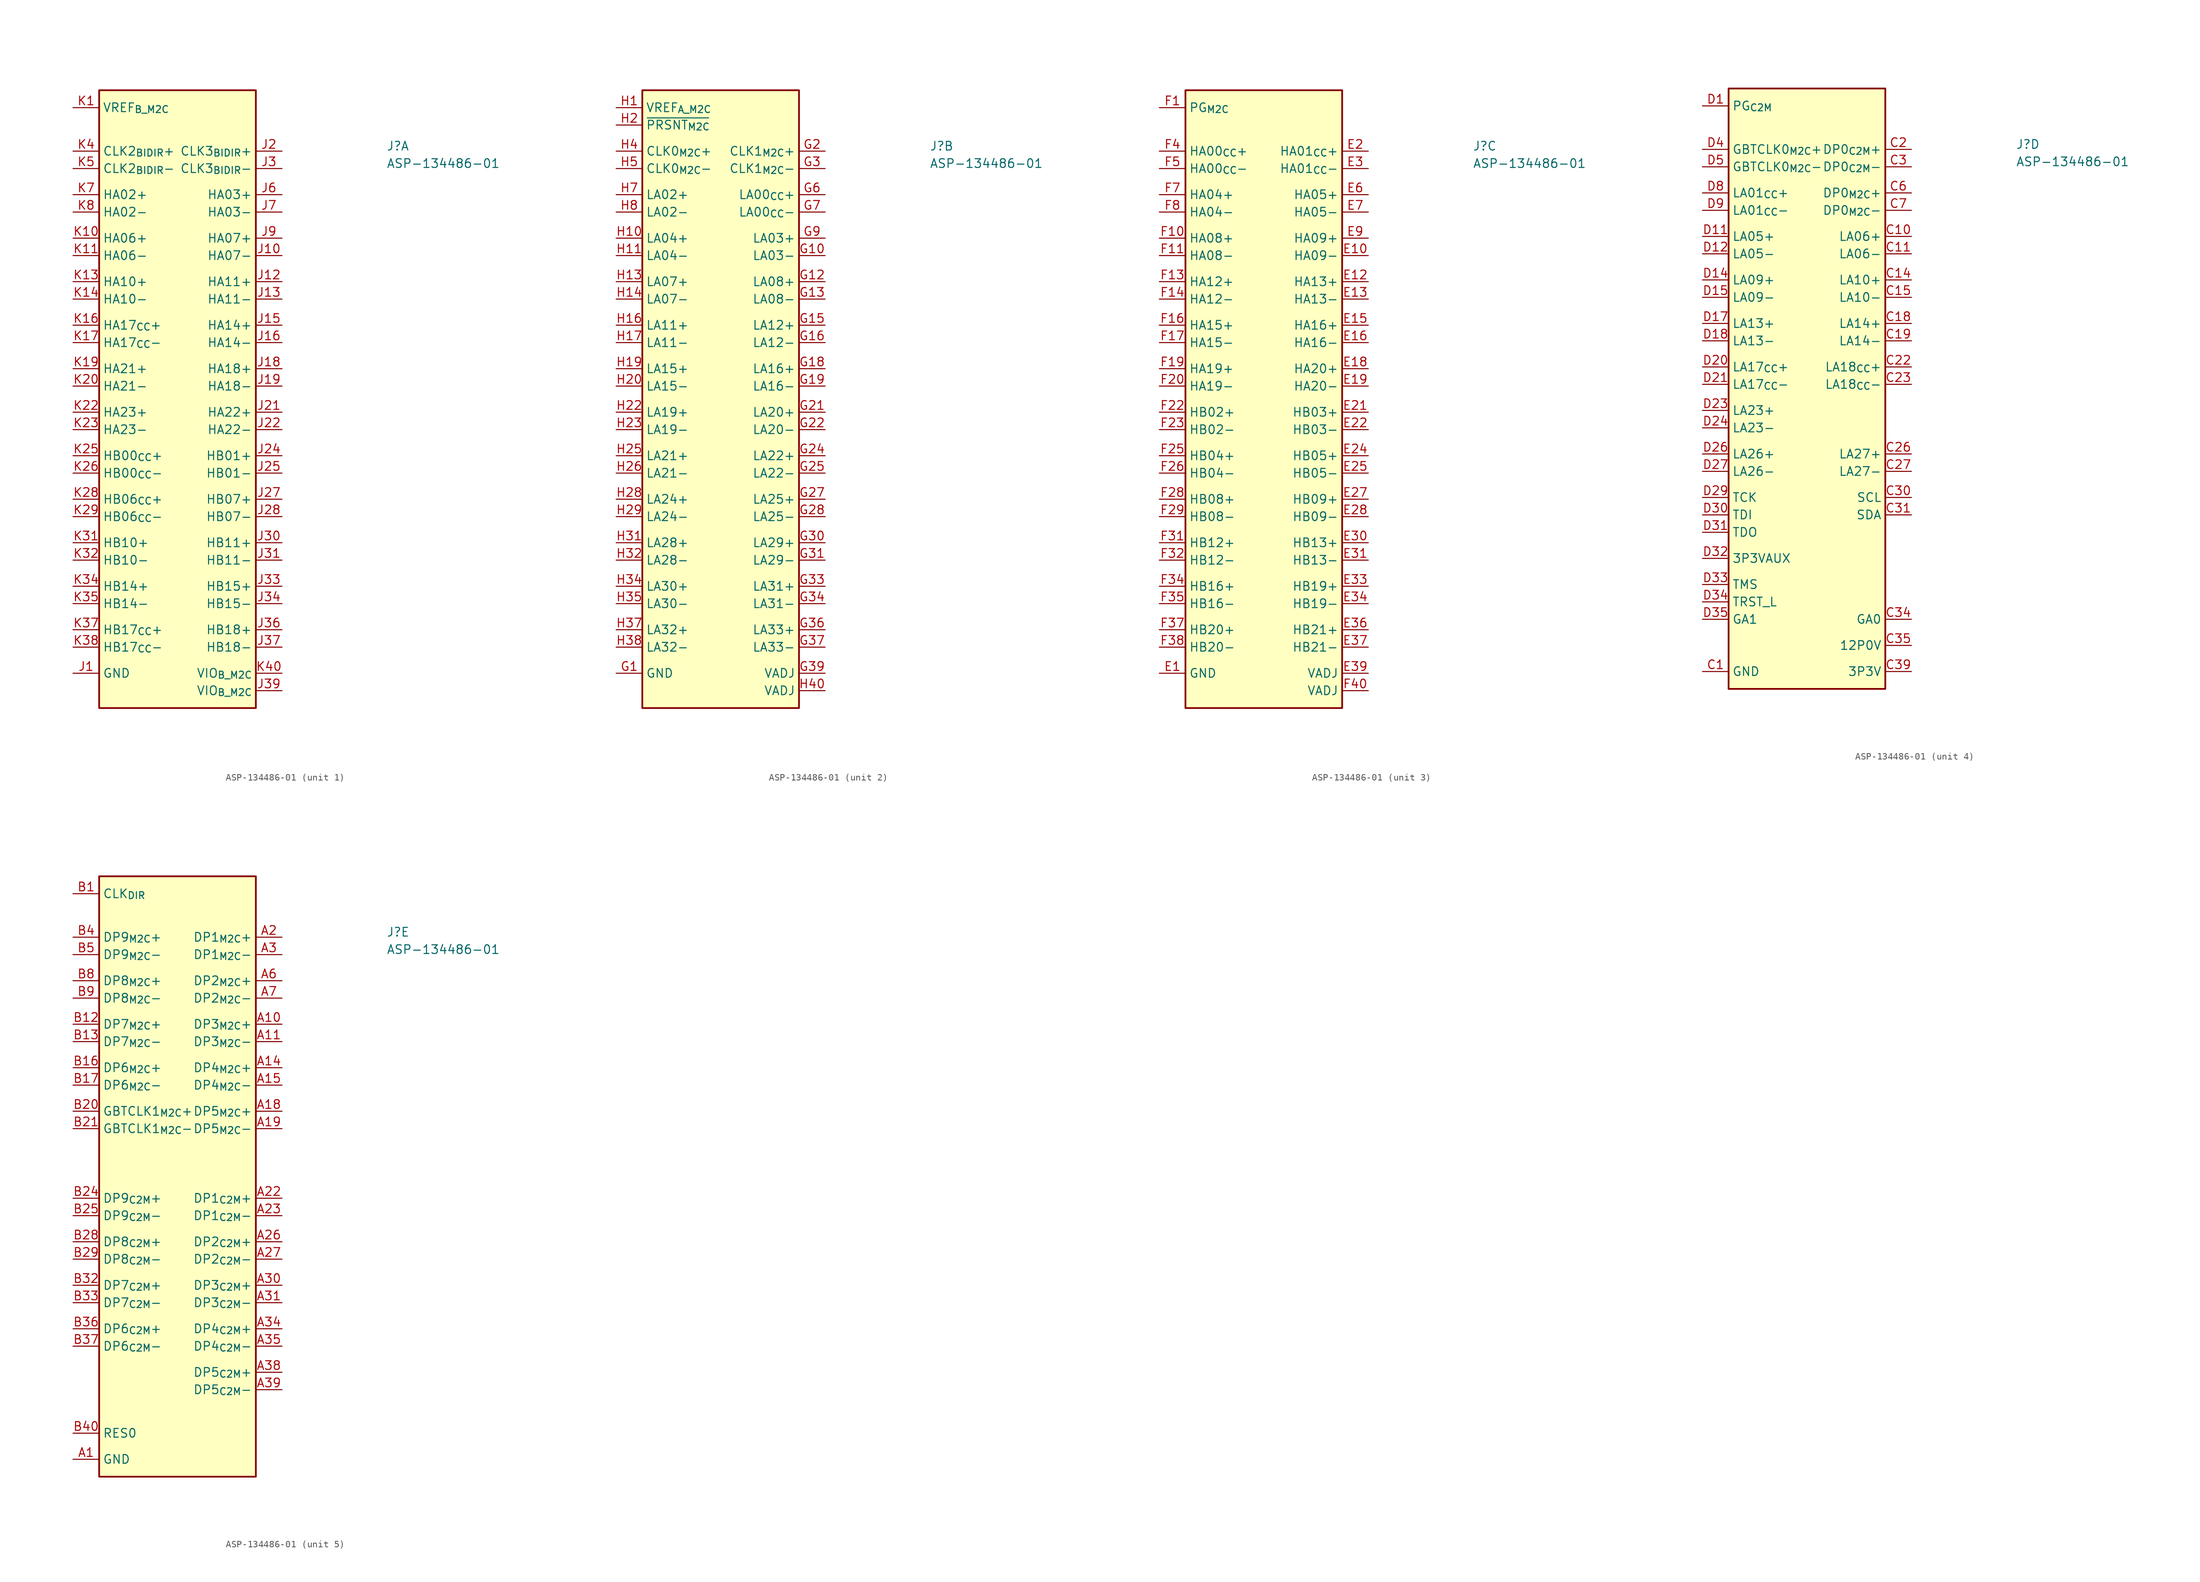
<source format=kicad_sym>
(kicad_symbol_lib
  (version 20211014)
  (generator kicad_symbol_editor)
  (symbol "ASP-134486-01"
    (property "Reference" "J"
      (at 45.72 -6.35 0)
      (effects (font (size 1.27 1.27) (thickness 0.15)) (justify left bottom)))
    (property "Value" "ASP-134486-01"
      (at 45.72 -8.89 0)
      (effects (font (size 1.27 1.27) (thickness 0.15)) (justify left bottom)))
    (property "ki_locked" ""
      (at 0 0 0)
      (effects (font (size 1.27 1.27))))
    (symbol "ASP-134486-01_1_1"
      (rectangle (start 3.81 2.54) (end 26.67 -87.63) (stroke (width 0.254) (type default) (color 0 0 0 0)) (fill (type background)))
      (pin passive line (at 0 -82.55 0) (length 3.81) (name "GND" (effects (font (size 1.27 1.27)))) (number "J1" (effects (font (size 1.27 1.27)))))
      (pin passive line (at 30.48 -21.59 180) (length 3.81) (name "HA07-" (effects (font (size 1.27 1.27)))) (number "J10" (effects (font (size 1.27 1.27)))))
      (pin passive line (at 0 -82.55 0) (length 3.81) hide (name "GND" (effects (font (size 1.27 1.27)))) (number "J11" (effects (font (size 1.27 1.27)))))
      (pin passive line (at 30.48 -25.4 180) (length 3.81) (name "HA11+" (effects (font (size 1.27 1.27)))) (number "J12" (effects (font (size 1.27 1.27)))))
      (pin passive line (at 30.48 -27.94 180) (length 3.81) (name "HA11-" (effects (font (size 1.27 1.27)))) (number "J13" (effects (font (size 1.27 1.27)))))
      (pin passive line (at 0 -82.55 0) (length 3.81) hide (name "GND" (effects (font (size 1.27 1.27)))) (number "J14" (effects (font (size 1.27 1.27)))))
      (pin passive line (at 30.48 -31.75 180) (length 3.81) (name "HA14+" (effects (font (size 1.27 1.27)))) (number "J15" (effects (font (size 1.27 1.27)))))
      (pin passive line (at 30.48 -34.29 180) (length 3.81) (name "HA14-" (effects (font (size 1.27 1.27)))) (number "J16" (effects (font (size 1.27 1.27)))))
      (pin passive line (at 0 -82.55 0) (length 3.81) hide (name "GND" (effects (font (size 1.27 1.27)))) (number "J17" (effects (font (size 1.27 1.27)))))
      (pin passive line (at 30.48 -38.1 180) (length 3.81) (name "HA18+" (effects (font (size 1.27 1.27)))) (number "J18" (effects (font (size 1.27 1.27)))))
      (pin passive line (at 30.48 -40.64 180) (length 3.81) (name "HA18-" (effects (font (size 1.27 1.27)))) (number "J19" (effects (font (size 1.27 1.27)))))
      (pin passive line (at 30.48 -6.35 180) (length 3.81) (name "CLK3_{BIDIR}+" (effects (font (size 1.27 1.27)))) (number "J2" (effects (font (size 1.27 1.27)))))
      (pin passive line (at 0 -82.55 0) (length 3.81) hide (name "GND" (effects (font (size 1.27 1.27)))) (number "J20" (effects (font (size 1.27 1.27)))))
      (pin passive line (at 30.48 -44.45 180) (length 3.81) (name "HA22+" (effects (font (size 1.27 1.27)))) (number "J21" (effects (font (size 1.27 1.27)))))
      (pin passive line (at 30.48 -46.99 180) (length 3.81) (name "HA22-" (effects (font (size 1.27 1.27)))) (number "J22" (effects (font (size 1.27 1.27)))))
      (pin passive line (at 0 -82.55 0) (length 3.81) hide (name "GND" (effects (font (size 1.27 1.27)))) (number "J23" (effects (font (size 1.27 1.27)))))
      (pin passive line (at 30.48 -50.8 180) (length 3.81) (name "HB01+" (effects (font (size 1.27 1.27)))) (number "J24" (effects (font (size 1.27 1.27)))))
      (pin passive line (at 30.48 -53.34 180) (length 3.81) (name "HB01-" (effects (font (size 1.27 1.27)))) (number "J25" (effects (font (size 1.27 1.27)))))
      (pin passive line (at 0 -82.55 0) (length 3.81) hide (name "GND" (effects (font (size 1.27 1.27)))) (number "J26" (effects (font (size 1.27 1.27)))))
      (pin passive line (at 30.48 -57.15 180) (length 3.81) (name "HB07+" (effects (font (size 1.27 1.27)))) (number "J27" (effects (font (size 1.27 1.27)))))
      (pin passive line (at 30.48 -59.69 180) (length 3.81) (name "HB07-" (effects (font (size 1.27 1.27)))) (number "J28" (effects (font (size 1.27 1.27)))))
      (pin passive line (at 0 -82.55 0) (length 3.81) hide (name "GND" (effects (font (size 1.27 1.27)))) (number "J29" (effects (font (size 1.27 1.27)))))
      (pin passive line (at 30.48 -8.89 180) (length 3.81) (name "CLK3_{BIDIR}-" (effects (font (size 1.27 1.27)))) (number "J3" (effects (font (size 1.27 1.27)))))
      (pin passive line (at 30.48 -63.5 180) (length 3.81) (name "HB11+" (effects (font (size 1.27 1.27)))) (number "J30" (effects (font (size 1.27 1.27)))))
      (pin passive line (at 30.48 -66.04 180) (length 3.81) (name "HB11-" (effects (font (size 1.27 1.27)))) (number "J31" (effects (font (size 1.27 1.27)))))
      (pin passive line (at 0 -82.55 0) (length 3.81) hide (name "GND" (effects (font (size 1.27 1.27)))) (number "J32" (effects (font (size 1.27 1.27)))))
      (pin passive line (at 30.48 -69.85 180) (length 3.81) (name "HB15+" (effects (font (size 1.27 1.27)))) (number "J33" (effects (font (size 1.27 1.27)))))
      (pin passive line (at 30.48 -72.39 180) (length 3.81) (name "HB15-" (effects (font (size 1.27 1.27)))) (number "J34" (effects (font (size 1.27 1.27)))))
      (pin passive line (at 0 -82.55 0) (length 3.81) hide (name "GND" (effects (font (size 1.27 1.27)))) (number "J35" (effects (font (size 1.27 1.27)))))
      (pin passive line (at 30.48 -76.2 180) (length 3.81) (name "HB18+" (effects (font (size 1.27 1.27)))) (number "J36" (effects (font (size 1.27 1.27)))))
      (pin passive line (at 30.48 -78.74 180) (length 3.81) (name "HB18-" (effects (font (size 1.27 1.27)))) (number "J37" (effects (font (size 1.27 1.27)))))
      (pin passive line (at 0 -82.55 0) (length 3.81) hide (name "GND" (effects (font (size 1.27 1.27)))) (number "J38" (effects (font (size 1.27 1.27)))))
      (pin passive line (at 30.48 -85.09 180) (length 3.81) (name "VIO_{B_M2C}" (effects (font (size 1.27 1.27)))) (number "J39" (effects (font (size 1.27 1.27)))))
      (pin passive line (at 0 -82.55 0) (length 3.81) hide (name "GND" (effects (font (size 1.27 1.27)))) (number "J4" (effects (font (size 1.27 1.27)))))
      (pin passive line (at 0 -82.55 0) (length 3.81) hide (name "GND" (effects (font (size 1.27 1.27)))) (number "J40" (effects (font (size 1.27 1.27)))))
      (pin passive line (at 0 -82.55 0) (length 3.81) hide (name "GND" (effects (font (size 1.27 1.27)))) (number "J5" (effects (font (size 1.27 1.27)))))
      (pin passive line (at 30.48 -12.7 180) (length 3.81) (name "HA03+" (effects (font (size 1.27 1.27)))) (number "J6" (effects (font (size 1.27 1.27)))))
      (pin passive line (at 30.48 -15.24 180) (length 3.81) (name "HA03-" (effects (font (size 1.27 1.27)))) (number "J7" (effects (font (size 1.27 1.27)))))
      (pin passive line (at 0 -82.55 0) (length 3.81) hide (name "GND" (effects (font (size 1.27 1.27)))) (number "J8" (effects (font (size 1.27 1.27)))))
      (pin passive line (at 30.48 -19.05 180) (length 3.81) (name "HA07+" (effects (font (size 1.27 1.27)))) (number "J9" (effects (font (size 1.27 1.27)))))
      (pin passive line (at 0 0 0) (length 3.81) (name "VREF_{B_M2C}" (effects (font (size 1.27 1.27)))) (number "K1" (effects (font (size 1.27 1.27)))))
      (pin passive line (at 0 -19.05 0) (length 3.81) (name "HA06+" (effects (font (size 1.27 1.27)))) (number "K10" (effects (font (size 1.27 1.27)))))
      (pin passive line (at 0 -21.59 0) (length 3.81) (name "HA06-" (effects (font (size 1.27 1.27)))) (number "K11" (effects (font (size 1.27 1.27)))))
      (pin passive line (at 0 -82.55 0) (length 3.81) hide (name "GND" (effects (font (size 1.27 1.27)))) (number "K12" (effects (font (size 1.27 1.27)))))
      (pin passive line (at 0 -25.4 0) (length 3.81) (name "HA10+" (effects (font (size 1.27 1.27)))) (number "K13" (effects (font (size 1.27 1.27)))))
      (pin passive line (at 0 -27.94 0) (length 3.81) (name "HA10-" (effects (font (size 1.27 1.27)))) (number "K14" (effects (font (size 1.27 1.27)))))
      (pin passive line (at 0 -82.55 0) (length 3.81) hide (name "GND" (effects (font (size 1.27 1.27)))) (number "K15" (effects (font (size 1.27 1.27)))))
      (pin passive line (at 0 -31.75 0) (length 3.81) (name "HA17_{CC}+" (effects (font (size 1.27 1.27)))) (number "K16" (effects (font (size 1.27 1.27)))))
      (pin passive line (at 0 -34.29 0) (length 3.81) (name "HA17_{CC}-" (effects (font (size 1.27 1.27)))) (number "K17" (effects (font (size 1.27 1.27)))))
      (pin passive line (at 0 -82.55 0) (length 3.81) hide (name "GND" (effects (font (size 1.27 1.27)))) (number "K18" (effects (font (size 1.27 1.27)))))
      (pin passive line (at 0 -38.1 0) (length 3.81) (name "HA21+" (effects (font (size 1.27 1.27)))) (number "K19" (effects (font (size 1.27 1.27)))))
      (pin passive line (at 0 -82.55 0) (length 3.81) hide (name "GND" (effects (font (size 1.27 1.27)))) (number "K2" (effects (font (size 1.27 1.27)))))
      (pin passive line (at 0 -40.64 0) (length 3.81) (name "HA21-" (effects (font (size 1.27 1.27)))) (number "K20" (effects (font (size 1.27 1.27)))))
      (pin passive line (at 0 -82.55 0) (length 3.81) hide (name "GND" (effects (font (size 1.27 1.27)))) (number "K21" (effects (font (size 1.27 1.27)))))
      (pin passive line (at 0 -44.45 0) (length 3.81) (name "HA23+" (effects (font (size 1.27 1.27)))) (number "K22" (effects (font (size 1.27 1.27)))))
      (pin passive line (at 0 -46.99 0) (length 3.81) (name "HA23-" (effects (font (size 1.27 1.27)))) (number "K23" (effects (font (size 1.27 1.27)))))
      (pin passive line (at 0 -82.55 0) (length 3.81) hide (name "GND" (effects (font (size 1.27 1.27)))) (number "K24" (effects (font (size 1.27 1.27)))))
      (pin passive line (at 0 -50.8 0) (length 3.81) (name "HB00_{CC}+" (effects (font (size 1.27 1.27)))) (number "K25" (effects (font (size 1.27 1.27)))))
      (pin passive line (at 0 -53.34 0) (length 3.81) (name "HB00_{CC}-" (effects (font (size 1.27 1.27)))) (number "K26" (effects (font (size 1.27 1.27)))))
      (pin passive line (at 0 -82.55 0) (length 3.81) hide (name "GND" (effects (font (size 1.27 1.27)))) (number "K27" (effects (font (size 1.27 1.27)))))
      (pin passive line (at 0 -57.15 0) (length 3.81) (name "HB06_{CC}+" (effects (font (size 1.27 1.27)))) (number "K28" (effects (font (size 1.27 1.27)))))
      (pin passive line (at 0 -59.69 0) (length 3.81) (name "HB06_{CC}-" (effects (font (size 1.27 1.27)))) (number "K29" (effects (font (size 1.27 1.27)))))
      (pin passive line (at 0 -82.55 0) (length 3.81) hide (name "GND" (effects (font (size 1.27 1.27)))) (number "K3" (effects (font (size 1.27 1.27)))))
      (pin passive line (at 0 -82.55 0) (length 3.81) hide (name "GND" (effects (font (size 1.27 1.27)))) (number "K30" (effects (font (size 1.27 1.27)))))
      (pin passive line (at 0 -63.5 0) (length 3.81) (name "HB10+" (effects (font (size 1.27 1.27)))) (number "K31" (effects (font (size 1.27 1.27)))))
      (pin passive line (at 0 -66.04 0) (length 3.81) (name "HB10-" (effects (font (size 1.27 1.27)))) (number "K32" (effects (font (size 1.27 1.27)))))
      (pin passive line (at 0 -82.55 0) (length 3.81) hide (name "GND" (effects (font (size 1.27 1.27)))) (number "K33" (effects (font (size 1.27 1.27)))))
      (pin passive line (at 0 -69.85 0) (length 3.81) (name "HB14+" (effects (font (size 1.27 1.27)))) (number "K34" (effects (font (size 1.27 1.27)))))
      (pin passive line (at 0 -72.39 0) (length 3.81) (name "HB14-" (effects (font (size 1.27 1.27)))) (number "K35" (effects (font (size 1.27 1.27)))))
      (pin passive line (at 0 -82.55 0) (length 3.81) hide (name "GND" (effects (font (size 1.27 1.27)))) (number "K36" (effects (font (size 1.27 1.27)))))
      (pin passive line (at 0 -76.2 0) (length 3.81) (name "HB17_{CC}+" (effects (font (size 1.27 1.27)))) (number "K37" (effects (font (size 1.27 1.27)))))
      (pin passive line (at 0 -78.74 0) (length 3.81) (name "HB17_{CC}-" (effects (font (size 1.27 1.27)))) (number "K38" (effects (font (size 1.27 1.27)))))
      (pin passive line (at 0 -82.55 0) (length 3.81) hide (name "GND" (effects (font (size 1.27 1.27)))) (number "K39" (effects (font (size 1.27 1.27)))))
      (pin passive line (at 0 -6.35 0) (length 3.81) (name "CLK2_{BIDIR}+" (effects (font (size 1.27 1.27)))) (number "K4" (effects (font (size 1.27 1.27)))))
      (pin passive line (at 30.48 -82.55 180) (length 3.81) (name "VIO_{B_M2C}" (effects (font (size 1.27 1.27)))) (number "K40" (effects (font (size 1.27 1.27)))))
      (pin passive line (at 0 -8.89 0) (length 3.81) (name "CLK2_{BIDIR}-" (effects (font (size 1.27 1.27)))) (number "K5" (effects (font (size 1.27 1.27)))))
      (pin passive line (at 0 -82.55 0) (length 3.81) hide (name "GND" (effects (font (size 1.27 1.27)))) (number "K6" (effects (font (size 1.27 1.27)))))
      (pin passive line (at 0 -12.7 0) (length 3.81) (name "HA02+" (effects (font (size 1.27 1.27)))) (number "K7" (effects (font (size 1.27 1.27)))))
      (pin passive line (at 0 -15.24 0) (length 3.81) (name "HA02-" (effects (font (size 1.27 1.27)))) (number "K8" (effects (font (size 1.27 1.27)))))
      (pin passive line (at 0 -82.55 0) (length 3.81) hide (name "GND" (effects (font (size 1.27 1.27)))) (number "K9" (effects (font (size 1.27 1.27))))))
    (symbol "ASP-134486-01_2_1"
      (rectangle (start 3.81 2.54) (end 26.67 -87.63) (stroke (width 0.254) (type default) (color 0 0 0 0)) (fill (type background)))
      (pin passive line (at 0 -82.55 0) (length 3.81) (name "GND" (effects (font (size 1.27 1.27)))) (number "G1" (effects (font (size 1.27 1.27)))))
      (pin passive line (at 30.48 -21.59 180) (length 3.81) (name "LA03-" (effects (font (size 1.27 1.27)))) (number "G10" (effects (font (size 1.27 1.27)))))
      (pin passive line (at 0 -82.55 0) (length 3.81) hide (name "GND" (effects (font (size 1.27 1.27)))) (number "G11" (effects (font (size 1.27 1.27)))))
      (pin passive line (at 30.48 -25.4 180) (length 3.81) (name "LA08+" (effects (font (size 1.27 1.27)))) (number "G12" (effects (font (size 1.27 1.27)))))
      (pin passive line (at 30.48 -27.94 180) (length 3.81) (name "LA08-" (effects (font (size 1.27 1.27)))) (number "G13" (effects (font (size 1.27 1.27)))))
      (pin passive line (at 0 -82.55 0) (length 3.81) hide (name "GND" (effects (font (size 1.27 1.27)))) (number "G14" (effects (font (size 1.27 1.27)))))
      (pin passive line (at 30.48 -31.75 180) (length 3.81) (name "LA12+" (effects (font (size 1.27 1.27)))) (number "G15" (effects (font (size 1.27 1.27)))))
      (pin passive line (at 30.48 -34.29 180) (length 3.81) (name "LA12-" (effects (font (size 1.27 1.27)))) (number "G16" (effects (font (size 1.27 1.27)))))
      (pin passive line (at 0 -82.55 0) (length 3.81) hide (name "GND" (effects (font (size 1.27 1.27)))) (number "G17" (effects (font (size 1.27 1.27)))))
      (pin passive line (at 30.48 -38.1 180) (length 3.81) (name "LA16+" (effects (font (size 1.27 1.27)))) (number "G18" (effects (font (size 1.27 1.27)))))
      (pin passive line (at 30.48 -40.64 180) (length 3.81) (name "LA16-" (effects (font (size 1.27 1.27)))) (number "G19" (effects (font (size 1.27 1.27)))))
      (pin passive line (at 30.48 -6.35 180) (length 3.81) (name "CLK1_{M2C}+" (effects (font (size 1.27 1.27)))) (number "G2" (effects (font (size 1.27 1.27)))))
      (pin passive line (at 0 -82.55 0) (length 3.81) hide (name "GND" (effects (font (size 1.27 1.27)))) (number "G20" (effects (font (size 1.27 1.27)))))
      (pin passive line (at 30.48 -44.45 180) (length 3.81) (name "LA20+" (effects (font (size 1.27 1.27)))) (number "G21" (effects (font (size 1.27 1.27)))))
      (pin passive line (at 30.48 -46.99 180) (length 3.81) (name "LA20-" (effects (font (size 1.27 1.27)))) (number "G22" (effects (font (size 1.27 1.27)))))
      (pin passive line (at 0 -82.55 0) (length 3.81) hide (name "GND" (effects (font (size 1.27 1.27)))) (number "G23" (effects (font (size 1.27 1.27)))))
      (pin passive line (at 30.48 -50.8 180) (length 3.81) (name "LA22+" (effects (font (size 1.27 1.27)))) (number "G24" (effects (font (size 1.27 1.27)))))
      (pin passive line (at 30.48 -53.34 180) (length 3.81) (name "LA22-" (effects (font (size 1.27 1.27)))) (number "G25" (effects (font (size 1.27 1.27)))))
      (pin passive line (at 0 -82.55 0) (length 3.81) hide (name "GND" (effects (font (size 1.27 1.27)))) (number "G26" (effects (font (size 1.27 1.27)))))
      (pin passive line (at 30.48 -57.15 180) (length 3.81) (name "LA25+" (effects (font (size 1.27 1.27)))) (number "G27" (effects (font (size 1.27 1.27)))))
      (pin passive line (at 30.48 -59.69 180) (length 3.81) (name "LA25-" (effects (font (size 1.27 1.27)))) (number "G28" (effects (font (size 1.27 1.27)))))
      (pin passive line (at 0 -82.55 0) (length 3.81) hide (name "GND" (effects (font (size 1.27 1.27)))) (number "G29" (effects (font (size 1.27 1.27)))))
      (pin passive line (at 30.48 -8.89 180) (length 3.81) (name "CLK1_{M2C}-" (effects (font (size 1.27 1.27)))) (number "G3" (effects (font (size 1.27 1.27)))))
      (pin passive line (at 30.48 -63.5 180) (length 3.81) (name "LA29+" (effects (font (size 1.27 1.27)))) (number "G30" (effects (font (size 1.27 1.27)))))
      (pin passive line (at 30.48 -66.04 180) (length 3.81) (name "LA29-" (effects (font (size 1.27 1.27)))) (number "G31" (effects (font (size 1.27 1.27)))))
      (pin passive line (at 0 -82.55 0) (length 3.81) hide (name "GND" (effects (font (size 1.27 1.27)))) (number "G32" (effects (font (size 1.27 1.27)))))
      (pin passive line (at 30.48 -69.85 180) (length 3.81) (name "LA31+" (effects (font (size 1.27 1.27)))) (number "G33" (effects (font (size 1.27 1.27)))))
      (pin passive line (at 30.48 -72.39 180) (length 3.81) (name "LA31-" (effects (font (size 1.27 1.27)))) (number "G34" (effects (font (size 1.27 1.27)))))
      (pin passive line (at 0 -82.55 0) (length 3.81) hide (name "GND" (effects (font (size 1.27 1.27)))) (number "G35" (effects (font (size 1.27 1.27)))))
      (pin passive line (at 30.48 -76.2 180) (length 3.81) (name "LA33+" (effects (font (size 1.27 1.27)))) (number "G36" (effects (font (size 1.27 1.27)))))
      (pin passive line (at 30.48 -78.74 180) (length 3.81) (name "LA33-" (effects (font (size 1.27 1.27)))) (number "G37" (effects (font (size 1.27 1.27)))))
      (pin passive line (at 0 -82.55 0) (length 3.81) hide (name "GND" (effects (font (size 1.27 1.27)))) (number "G38" (effects (font (size 1.27 1.27)))))
      (pin passive line (at 30.48 -82.55 180) (length 3.81) (name "VADJ" (effects (font (size 1.27 1.27)))) (number "G39" (effects (font (size 1.27 1.27)))))
      (pin passive line (at 0 -82.55 0) (length 3.81) hide (name "GND" (effects (font (size 1.27 1.27)))) (number "G4" (effects (font (size 1.27 1.27)))))
      (pin passive line (at 0 -82.55 0) (length 3.81) hide (name "GND" (effects (font (size 1.27 1.27)))) (number "G40" (effects (font (size 1.27 1.27)))))
      (pin passive line (at 0 -82.55 0) (length 3.81) hide (name "GND" (effects (font (size 1.27 1.27)))) (number "G5" (effects (font (size 1.27 1.27)))))
      (pin passive line (at 30.48 -12.7 180) (length 3.81) (name "LA00_{CC}+" (effects (font (size 1.27 1.27)))) (number "G6" (effects (font (size 1.27 1.27)))))
      (pin passive line (at 30.48 -15.24 180) (length 3.81) (name "LA00_{CC}-" (effects (font (size 1.27 1.27)))) (number "G7" (effects (font (size 1.27 1.27)))))
      (pin passive line (at 0 -82.55 0) (length 3.81) hide (name "GND" (effects (font (size 1.27 1.27)))) (number "G8" (effects (font (size 1.27 1.27)))))
      (pin passive line (at 30.48 -19.05 180) (length 3.81) (name "LA03+" (effects (font (size 1.27 1.27)))) (number "G9" (effects (font (size 1.27 1.27)))))
      (pin passive line (at 0 0 0) (length 3.81) (name "VREF_{A_M2C}" (effects (font (size 1.27 1.27)))) (number "H1" (effects (font (size 1.27 1.27)))))
      (pin passive line (at 0 -19.05 0) (length 3.81) (name "LA04+" (effects (font (size 1.27 1.27)))) (number "H10" (effects (font (size 1.27 1.27)))))
      (pin passive line (at 0 -21.59 0) (length 3.81) (name "LA04-" (effects (font (size 1.27 1.27)))) (number "H11" (effects (font (size 1.27 1.27)))))
      (pin passive line (at 0 -82.55 0) (length 3.81) hide (name "GND" (effects (font (size 1.27 1.27)))) (number "H12" (effects (font (size 1.27 1.27)))))
      (pin passive line (at 0 -25.4 0) (length 3.81) (name "LA07+" (effects (font (size 1.27 1.27)))) (number "H13" (effects (font (size 1.27 1.27)))))
      (pin passive line (at 0 -27.94 0) (length 3.81) (name "LA07-" (effects (font (size 1.27 1.27)))) (number "H14" (effects (font (size 1.27 1.27)))))
      (pin passive line (at 0 -82.55 0) (length 3.81) hide (name "GND" (effects (font (size 1.27 1.27)))) (number "H15" (effects (font (size 1.27 1.27)))))
      (pin passive line (at 0 -31.75 0) (length 3.81) (name "LA11+" (effects (font (size 1.27 1.27)))) (number "H16" (effects (font (size 1.27 1.27)))))
      (pin passive line (at 0 -34.29 0) (length 3.81) (name "LA11-" (effects (font (size 1.27 1.27)))) (number "H17" (effects (font (size 1.27 1.27)))))
      (pin passive line (at 0 -82.55 0) (length 3.81) hide (name "GND" (effects (font (size 1.27 1.27)))) (number "H18" (effects (font (size 1.27 1.27)))))
      (pin passive line (at 0 -38.1 0) (length 3.81) (name "LA15+" (effects (font (size 1.27 1.27)))) (number "H19" (effects (font (size 1.27 1.27)))))
      (pin passive line (at 0 -2.54 0) (length 3.81) (name "~{PRSNT_{M2C}}" (effects (font (size 1.27 1.27)))) (number "H2" (effects (font (size 1.27 1.27)))))
      (pin passive line (at 0 -40.64 0) (length 3.81) (name "LA15-" (effects (font (size 1.27 1.27)))) (number "H20" (effects (font (size 1.27 1.27)))))
      (pin passive line (at 0 -82.55 0) (length 3.81) hide (name "GND" (effects (font (size 1.27 1.27)))) (number "H21" (effects (font (size 1.27 1.27)))))
      (pin passive line (at 0 -44.45 0) (length 3.81) (name "LA19+" (effects (font (size 1.27 1.27)))) (number "H22" (effects (font (size 1.27 1.27)))))
      (pin passive line (at 0 -46.99 0) (length 3.81) (name "LA19-" (effects (font (size 1.27 1.27)))) (number "H23" (effects (font (size 1.27 1.27)))))
      (pin passive line (at 0 -82.55 0) (length 3.81) hide (name "GND" (effects (font (size 1.27 1.27)))) (number "H24" (effects (font (size 1.27 1.27)))))
      (pin passive line (at 0 -50.8 0) (length 3.81) (name "LA21+" (effects (font (size 1.27 1.27)))) (number "H25" (effects (font (size 1.27 1.27)))))
      (pin passive line (at 0 -53.34 0) (length 3.81) (name "LA21-" (effects (font (size 1.27 1.27)))) (number "H26" (effects (font (size 1.27 1.27)))))
      (pin passive line (at 0 -82.55 0) (length 3.81) hide (name "GND" (effects (font (size 1.27 1.27)))) (number "H27" (effects (font (size 1.27 1.27)))))
      (pin passive line (at 0 -57.15 0) (length 3.81) (name "LA24+" (effects (font (size 1.27 1.27)))) (number "H28" (effects (font (size 1.27 1.27)))))
      (pin passive line (at 0 -59.69 0) (length 3.81) (name "LA24-" (effects (font (size 1.27 1.27)))) (number "H29" (effects (font (size 1.27 1.27)))))
      (pin passive line (at 0 -82.55 0) (length 3.81) hide (name "GND" (effects (font (size 1.27 1.27)))) (number "H3" (effects (font (size 1.27 1.27)))))
      (pin passive line (at 0 -82.55 0) (length 3.81) hide (name "GND" (effects (font (size 1.27 1.27)))) (number "H30" (effects (font (size 1.27 1.27)))))
      (pin passive line (at 0 -63.5 0) (length 3.81) (name "LA28+" (effects (font (size 1.27 1.27)))) (number "H31" (effects (font (size 1.27 1.27)))))
      (pin passive line (at 0 -66.04 0) (length 3.81) (name "LA28-" (effects (font (size 1.27 1.27)))) (number "H32" (effects (font (size 1.27 1.27)))))
      (pin passive line (at 0 -82.55 0) (length 3.81) hide (name "GND" (effects (font (size 1.27 1.27)))) (number "H33" (effects (font (size 1.27 1.27)))))
      (pin passive line (at 0 -69.85 0) (length 3.81) (name "LA30+" (effects (font (size 1.27 1.27)))) (number "H34" (effects (font (size 1.27 1.27)))))
      (pin passive line (at 0 -72.39 0) (length 3.81) (name "LA30-" (effects (font (size 1.27 1.27)))) (number "H35" (effects (font (size 1.27 1.27)))))
      (pin passive line (at 0 -82.55 0) (length 3.81) hide (name "GND" (effects (font (size 1.27 1.27)))) (number "H36" (effects (font (size 1.27 1.27)))))
      (pin passive line (at 0 -76.2 0) (length 3.81) (name "LA32+" (effects (font (size 1.27 1.27)))) (number "H37" (effects (font (size 1.27 1.27)))))
      (pin passive line (at 0 -78.74 0) (length 3.81) (name "LA32-" (effects (font (size 1.27 1.27)))) (number "H38" (effects (font (size 1.27 1.27)))))
      (pin passive line (at 0 -82.55 0) (length 3.81) hide (name "GND" (effects (font (size 1.27 1.27)))) (number "H39" (effects (font (size 1.27 1.27)))))
      (pin passive line (at 0 -6.35 0) (length 3.81) (name "CLK0_{M2C}+" (effects (font (size 1.27 1.27)))) (number "H4" (effects (font (size 1.27 1.27)))))
      (pin passive line (at 30.48 -85.09 180) (length 3.81) (name "VADJ" (effects (font (size 1.27 1.27)))) (number "H40" (effects (font (size 1.27 1.27)))))
      (pin passive line (at 0 -8.89 0) (length 3.81) (name "CLK0_{M2C}-" (effects (font (size 1.27 1.27)))) (number "H5" (effects (font (size 1.27 1.27)))))
      (pin passive line (at 0 -82.55 0) (length 3.81) hide (name "GND" (effects (font (size 1.27 1.27)))) (number "H6" (effects (font (size 1.27 1.27)))))
      (pin passive line (at 0 -12.7 0) (length 3.81) (name "LA02+" (effects (font (size 1.27 1.27)))) (number "H7" (effects (font (size 1.27 1.27)))))
      (pin passive line (at 0 -15.24 0) (length 3.81) (name "LA02-" (effects (font (size 1.27 1.27)))) (number "H8" (effects (font (size 1.27 1.27)))))
      (pin passive line (at 0 -82.55 0) (length 3.81) hide (name "GND" (effects (font (size 1.27 1.27)))) (number "H9" (effects (font (size 1.27 1.27))))))
    (symbol "ASP-134486-01_3_1"
      (rectangle (start 3.81 2.54) (end 26.67 -87.63) (stroke (width 0.254) (type default) (color 0 0 0 0)) (fill (type background)))
      (pin passive line (at 0 -82.55 0) (length 3.81) (name "GND" (effects (font (size 1.27 1.27)))) (number "E1" (effects (font (size 1.27 1.27)))))
      (pin passive line (at 30.48 -21.59 180) (length 3.81) (name "HA09-" (effects (font (size 1.27 1.27)))) (number "E10" (effects (font (size 1.27 1.27)))))
      (pin passive line (at 0 -82.55 0) (length 3.81) hide (name "GND" (effects (font (size 1.27 1.27)))) (number "E11" (effects (font (size 1.27 1.27)))))
      (pin passive line (at 30.48 -25.4 180) (length 3.81) (name "HA13+" (effects (font (size 1.27 1.27)))) (number "E12" (effects (font (size 1.27 1.27)))))
      (pin passive line (at 30.48 -27.94 180) (length 3.81) (name "HA13-" (effects (font (size 1.27 1.27)))) (number "E13" (effects (font (size 1.27 1.27)))))
      (pin passive line (at 0 -82.55 0) (length 3.81) hide (name "GND" (effects (font (size 1.27 1.27)))) (number "E14" (effects (font (size 1.27 1.27)))))
      (pin passive line (at 30.48 -31.75 180) (length 3.81) (name "HA16+" (effects (font (size 1.27 1.27)))) (number "E15" (effects (font (size 1.27 1.27)))))
      (pin passive line (at 30.48 -34.29 180) (length 3.81) (name "HA16-" (effects (font (size 1.27 1.27)))) (number "E16" (effects (font (size 1.27 1.27)))))
      (pin passive line (at 0 -82.55 0) (length 3.81) hide (name "GND" (effects (font (size 1.27 1.27)))) (number "E17" (effects (font (size 1.27 1.27)))))
      (pin passive line (at 30.48 -38.1 180) (length 3.81) (name "HA20+" (effects (font (size 1.27 1.27)))) (number "E18" (effects (font (size 1.27 1.27)))))
      (pin passive line (at 30.48 -40.64 180) (length 3.81) (name "HA20-" (effects (font (size 1.27 1.27)))) (number "E19" (effects (font (size 1.27 1.27)))))
      (pin passive line (at 30.48 -6.35 180) (length 3.81) (name "HA01_{CC}+" (effects (font (size 1.27 1.27)))) (number "E2" (effects (font (size 1.27 1.27)))))
      (pin passive line (at 0 -82.55 0) (length 3.81) hide (name "GND" (effects (font (size 1.27 1.27)))) (number "E20" (effects (font (size 1.27 1.27)))))
      (pin passive line (at 30.48 -44.45 180) (length 3.81) (name "HB03+" (effects (font (size 1.27 1.27)))) (number "E21" (effects (font (size 1.27 1.27)))))
      (pin passive line (at 30.48 -46.99 180) (length 3.81) (name "HB03-" (effects (font (size 1.27 1.27)))) (number "E22" (effects (font (size 1.27 1.27)))))
      (pin passive line (at 0 -82.55 0) (length 3.81) hide (name "GND" (effects (font (size 1.27 1.27)))) (number "E23" (effects (font (size 1.27 1.27)))))
      (pin passive line (at 30.48 -50.8 180) (length 3.81) (name "HB05+" (effects (font (size 1.27 1.27)))) (number "E24" (effects (font (size 1.27 1.27)))))
      (pin passive line (at 30.48 -53.34 180) (length 3.81) (name "HB05-" (effects (font (size 1.27 1.27)))) (number "E25" (effects (font (size 1.27 1.27)))))
      (pin passive line (at 0 -82.55 0) (length 3.81) hide (name "GND" (effects (font (size 1.27 1.27)))) (number "E26" (effects (font (size 1.27 1.27)))))
      (pin passive line (at 30.48 -57.15 180) (length 3.81) (name "HB09+" (effects (font (size 1.27 1.27)))) (number "E27" (effects (font (size 1.27 1.27)))))
      (pin passive line (at 30.48 -59.69 180) (length 3.81) (name "HB09-" (effects (font (size 1.27 1.27)))) (number "E28" (effects (font (size 1.27 1.27)))))
      (pin passive line (at 0 -82.55 0) (length 3.81) hide (name "GND" (effects (font (size 1.27 1.27)))) (number "E29" (effects (font (size 1.27 1.27)))))
      (pin passive line (at 30.48 -8.89 180) (length 3.81) (name "HA01_{CC}-" (effects (font (size 1.27 1.27)))) (number "E3" (effects (font (size 1.27 1.27)))))
      (pin passive line (at 30.48 -63.5 180) (length 3.81) (name "HB13+" (effects (font (size 1.27 1.27)))) (number "E30" (effects (font (size 1.27 1.27)))))
      (pin passive line (at 30.48 -66.04 180) (length 3.81) (name "HB13-" (effects (font (size 1.27 1.27)))) (number "E31" (effects (font (size 1.27 1.27)))))
      (pin passive line (at 0 -82.55 0) (length 3.81) hide (name "GND" (effects (font (size 1.27 1.27)))) (number "E32" (effects (font (size 1.27 1.27)))))
      (pin passive line (at 30.48 -69.85 180) (length 3.81) (name "HB19+" (effects (font (size 1.27 1.27)))) (number "E33" (effects (font (size 1.27 1.27)))))
      (pin passive line (at 30.48 -72.39 180) (length 3.81) (name "HB19-" (effects (font (size 1.27 1.27)))) (number "E34" (effects (font (size 1.27 1.27)))))
      (pin passive line (at 0 -82.55 0) (length 3.81) hide (name "GND" (effects (font (size 1.27 1.27)))) (number "E35" (effects (font (size 1.27 1.27)))))
      (pin passive line (at 30.48 -76.2 180) (length 3.81) (name "HB21+" (effects (font (size 1.27 1.27)))) (number "E36" (effects (font (size 1.27 1.27)))))
      (pin passive line (at 30.48 -78.74 180) (length 3.81) (name "HB21-" (effects (font (size 1.27 1.27)))) (number "E37" (effects (font (size 1.27 1.27)))))
      (pin passive line (at 0 -82.55 0) (length 3.81) hide (name "GND" (effects (font (size 1.27 1.27)))) (number "E38" (effects (font (size 1.27 1.27)))))
      (pin passive line (at 30.48 -82.55 180) (length 3.81) (name "VADJ" (effects (font (size 1.27 1.27)))) (number "E39" (effects (font (size 1.27 1.27)))))
      (pin passive line (at 0 -82.55 0) (length 3.81) hide (name "GND" (effects (font (size 1.27 1.27)))) (number "E4" (effects (font (size 1.27 1.27)))))
      (pin passive line (at 0 -82.55 0) (length 3.81) hide (name "GND" (effects (font (size 1.27 1.27)))) (number "E40" (effects (font (size 1.27 1.27)))))
      (pin passive line (at 0 -82.55 0) (length 3.81) hide (name "GND" (effects (font (size 1.27 1.27)))) (number "E5" (effects (font (size 1.27 1.27)))))
      (pin passive line (at 30.48 -12.7 180) (length 3.81) (name "HA05+" (effects (font (size 1.27 1.27)))) (number "E6" (effects (font (size 1.27 1.27)))))
      (pin passive line (at 30.48 -15.24 180) (length 3.81) (name "HA05-" (effects (font (size 1.27 1.27)))) (number "E7" (effects (font (size 1.27 1.27)))))
      (pin passive line (at 0 -82.55 0) (length 3.81) hide (name "GND" (effects (font (size 1.27 1.27)))) (number "E8" (effects (font (size 1.27 1.27)))))
      (pin passive line (at 30.48 -19.05 180) (length 3.81) (name "HA09+" (effects (font (size 1.27 1.27)))) (number "E9" (effects (font (size 1.27 1.27)))))
      (pin passive line (at 0 0 0) (length 3.81) (name "PG_{M2C}" (effects (font (size 1.27 1.27)))) (number "F1" (effects (font (size 1.27 1.27)))))
      (pin passive line (at 0 -19.05 0) (length 3.81) (name "HA08+" (effects (font (size 1.27 1.27)))) (number "F10" (effects (font (size 1.27 1.27)))))
      (pin passive line (at 0 -21.59 0) (length 3.81) (name "HA08-" (effects (font (size 1.27 1.27)))) (number "F11" (effects (font (size 1.27 1.27)))))
      (pin passive line (at 0 -82.55 0) (length 3.81) hide (name "GND" (effects (font (size 1.27 1.27)))) (number "F12" (effects (font (size 1.27 1.27)))))
      (pin passive line (at 0 -25.4 0) (length 3.81) (name "HA12+" (effects (font (size 1.27 1.27)))) (number "F13" (effects (font (size 1.27 1.27)))))
      (pin passive line (at 0 -27.94 0) (length 3.81) (name "HA12-" (effects (font (size 1.27 1.27)))) (number "F14" (effects (font (size 1.27 1.27)))))
      (pin passive line (at 0 -82.55 0) (length 3.81) hide (name "GND" (effects (font (size 1.27 1.27)))) (number "F15" (effects (font (size 1.27 1.27)))))
      (pin passive line (at 0 -31.75 0) (length 3.81) (name "HA15+" (effects (font (size 1.27 1.27)))) (number "F16" (effects (font (size 1.27 1.27)))))
      (pin passive line (at 0 -34.29 0) (length 3.81) (name "HA15-" (effects (font (size 1.27 1.27)))) (number "F17" (effects (font (size 1.27 1.27)))))
      (pin passive line (at 0 -82.55 0) (length 3.81) hide (name "GND" (effects (font (size 1.27 1.27)))) (number "F18" (effects (font (size 1.27 1.27)))))
      (pin passive line (at 0 -38.1 0) (length 3.81) (name "HA19+" (effects (font (size 1.27 1.27)))) (number "F19" (effects (font (size 1.27 1.27)))))
      (pin passive line (at 0 -82.55 0) (length 3.81) hide (name "GND" (effects (font (size 1.27 1.27)))) (number "F2" (effects (font (size 1.27 1.27)))))
      (pin passive line (at 0 -40.64 0) (length 3.81) (name "HA19-" (effects (font (size 1.27 1.27)))) (number "F20" (effects (font (size 1.27 1.27)))))
      (pin passive line (at 0 -82.55 0) (length 3.81) hide (name "GND" (effects (font (size 1.27 1.27)))) (number "F21" (effects (font (size 1.27 1.27)))))
      (pin passive line (at 0 -44.45 0) (length 3.81) (name "HB02+" (effects (font (size 1.27 1.27)))) (number "F22" (effects (font (size 1.27 1.27)))))
      (pin passive line (at 0 -46.99 0) (length 3.81) (name "HB02-" (effects (font (size 1.27 1.27)))) (number "F23" (effects (font (size 1.27 1.27)))))
      (pin passive line (at 0 -82.55 0) (length 3.81) hide (name "GND" (effects (font (size 1.27 1.27)))) (number "F24" (effects (font (size 1.27 1.27)))))
      (pin passive line (at 0 -50.8 0) (length 3.81) (name "HB04+" (effects (font (size 1.27 1.27)))) (number "F25" (effects (font (size 1.27 1.27)))))
      (pin passive line (at 0 -53.34 0) (length 3.81) (name "HB04-" (effects (font (size 1.27 1.27)))) (number "F26" (effects (font (size 1.27 1.27)))))
      (pin passive line (at 0 -82.55 0) (length 3.81) hide (name "GND" (effects (font (size 1.27 1.27)))) (number "F27" (effects (font (size 1.27 1.27)))))
      (pin passive line (at 0 -57.15 0) (length 3.81) (name "HB08+" (effects (font (size 1.27 1.27)))) (number "F28" (effects (font (size 1.27 1.27)))))
      (pin passive line (at 0 -59.69 0) (length 3.81) (name "HB08-" (effects (font (size 1.27 1.27)))) (number "F29" (effects (font (size 1.27 1.27)))))
      (pin passive line (at 0 -82.55 0) (length 3.81) hide (name "GND" (effects (font (size 1.27 1.27)))) (number "F3" (effects (font (size 1.27 1.27)))))
      (pin passive line (at 0 -82.55 0) (length 3.81) hide (name "GND" (effects (font (size 1.27 1.27)))) (number "F30" (effects (font (size 1.27 1.27)))))
      (pin passive line (at 0 -63.5 0) (length 3.81) (name "HB12+" (effects (font (size 1.27 1.27)))) (number "F31" (effects (font (size 1.27 1.27)))))
      (pin passive line (at 0 -66.04 0) (length 3.81) (name "HB12-" (effects (font (size 1.27 1.27)))) (number "F32" (effects (font (size 1.27 1.27)))))
      (pin passive line (at 0 -82.55 0) (length 3.81) hide (name "GND" (effects (font (size 1.27 1.27)))) (number "F33" (effects (font (size 1.27 1.27)))))
      (pin passive line (at 0 -69.85 0) (length 3.81) (name "HB16+" (effects (font (size 1.27 1.27)))) (number "F34" (effects (font (size 1.27 1.27)))))
      (pin passive line (at 0 -72.39 0) (length 3.81) (name "HB16-" (effects (font (size 1.27 1.27)))) (number "F35" (effects (font (size 1.27 1.27)))))
      (pin passive line (at 0 -82.55 0) (length 3.81) hide (name "GND" (effects (font (size 1.27 1.27)))) (number "F36" (effects (font (size 1.27 1.27)))))
      (pin passive line (at 0 -76.2 0) (length 3.81) (name "HB20+" (effects (font (size 1.27 1.27)))) (number "F37" (effects (font (size 1.27 1.27)))))
      (pin passive line (at 0 -78.74 0) (length 3.81) (name "HB20-" (effects (font (size 1.27 1.27)))) (number "F38" (effects (font (size 1.27 1.27)))))
      (pin passive line (at 0 -82.55 0) (length 3.81) hide (name "GND" (effects (font (size 1.27 1.27)))) (number "F39" (effects (font (size 1.27 1.27)))))
      (pin passive line (at 0 -6.35 0) (length 3.81) (name "HA00_{CC}+" (effects (font (size 1.27 1.27)))) (number "F4" (effects (font (size 1.27 1.27)))))
      (pin passive line (at 30.48 -85.09 180) (length 3.81) (name "VADJ" (effects (font (size 1.27 1.27)))) (number "F40" (effects (font (size 1.27 1.27)))))
      (pin passive line (at 0 -8.89 0) (length 3.81) (name "HA00_{CC}-" (effects (font (size 1.27 1.27)))) (number "F5" (effects (font (size 1.27 1.27)))))
      (pin passive line (at 0 -82.55 0) (length 3.81) hide (name "GND" (effects (font (size 1.27 1.27)))) (number "F6" (effects (font (size 1.27 1.27)))))
      (pin passive line (at 0 -12.7 0) (length 3.81) (name "HA04+" (effects (font (size 1.27 1.27)))) (number "F7" (effects (font (size 1.27 1.27)))))
      (pin passive line (at 0 -15.24 0) (length 3.81) (name "HA04-" (effects (font (size 1.27 1.27)))) (number "F8" (effects (font (size 1.27 1.27)))))
      (pin passive line (at 0 -82.55 0) (length 3.81) hide (name "GND" (effects (font (size 1.27 1.27)))) (number "F9" (effects (font (size 1.27 1.27))))))
    (symbol "ASP-134486-01_4_1"
      (rectangle (start 3.81 2.54) (end 26.67 -85.09) (stroke (width 0.254) (type default) (color 0 0 0 0)) (fill (type background)))
      (pin passive line (at 0 -82.55 0) (length 3.81) (name "GND" (effects (font (size 1.27 1.27)))) (number "C1" (effects (font (size 1.27 1.27)))))
      (pin passive line (at 30.48 -19.05 180) (length 3.81) (name "LA06+" (effects (font (size 1.27 1.27)))) (number "C10" (effects (font (size 1.27 1.27)))))
      (pin passive line (at 30.48 -21.59 180) (length 3.81) (name "LA06-" (effects (font (size 1.27 1.27)))) (number "C11" (effects (font (size 1.27 1.27)))))
      (pin passive line (at 0 -82.55 0) (length 3.81) hide (name "GND" (effects (font (size 1.27 1.27)))) (number "C12" (effects (font (size 1.27 1.27)))))
      (pin passive line (at 0 -82.55 0) (length 3.81) hide (name "GND" (effects (font (size 1.27 1.27)))) (number "C13" (effects (font (size 1.27 1.27)))))
      (pin passive line (at 30.48 -25.4 180) (length 3.81) (name "LA10+" (effects (font (size 1.27 1.27)))) (number "C14" (effects (font (size 1.27 1.27)))))
      (pin passive line (at 30.48 -27.94 180) (length 3.81) (name "LA10-" (effects (font (size 1.27 1.27)))) (number "C15" (effects (font (size 1.27 1.27)))))
      (pin passive line (at 0 -82.55 0) (length 3.81) hide (name "GND" (effects (font (size 1.27 1.27)))) (number "C16" (effects (font (size 1.27 1.27)))))
      (pin passive line (at 0 -82.55 0) (length 3.81) hide (name "GND" (effects (font (size 1.27 1.27)))) (number "C17" (effects (font (size 1.27 1.27)))))
      (pin passive line (at 30.48 -31.75 180) (length 3.81) (name "LA14+" (effects (font (size 1.27 1.27)))) (number "C18" (effects (font (size 1.27 1.27)))))
      (pin passive line (at 30.48 -34.29 180) (length 3.81) (name "LA14-" (effects (font (size 1.27 1.27)))) (number "C19" (effects (font (size 1.27 1.27)))))
      (pin passive line (at 30.48 -6.35 180) (length 3.81) (name "DP0_{C2M}+" (effects (font (size 1.27 1.27)))) (number "C2" (effects (font (size 1.27 1.27)))))
      (pin passive line (at 0 -82.55 0) (length 3.81) hide (name "GND" (effects (font (size 1.27 1.27)))) (number "C20" (effects (font (size 1.27 1.27)))))
      (pin passive line (at 0 -82.55 0) (length 3.81) hide (name "GND" (effects (font (size 1.27 1.27)))) (number "C21" (effects (font (size 1.27 1.27)))))
      (pin passive line (at 30.48 -38.1 180) (length 3.81) (name "LA18_{CC}+" (effects (font (size 1.27 1.27)))) (number "C22" (effects (font (size 1.27 1.27)))))
      (pin passive line (at 30.48 -40.64 180) (length 3.81) (name "LA18_{CC}-" (effects (font (size 1.27 1.27)))) (number "C23" (effects (font (size 1.27 1.27)))))
      (pin passive line (at 0 -82.55 0) (length 3.81) hide (name "GND" (effects (font (size 1.27 1.27)))) (number "C24" (effects (font (size 1.27 1.27)))))
      (pin passive line (at 0 -82.55 0) (length 3.81) hide (name "GND" (effects (font (size 1.27 1.27)))) (number "C25" (effects (font (size 1.27 1.27)))))
      (pin passive line (at 30.48 -50.8 180) (length 3.81) (name "LA27+" (effects (font (size 1.27 1.27)))) (number "C26" (effects (font (size 1.27 1.27)))))
      (pin passive line (at 30.48 -53.34 180) (length 3.81) (name "LA27-" (effects (font (size 1.27 1.27)))) (number "C27" (effects (font (size 1.27 1.27)))))
      (pin passive line (at 0 -82.55 0) (length 3.81) hide (name "GND" (effects (font (size 1.27 1.27)))) (number "C28" (effects (font (size 1.27 1.27)))))
      (pin passive line (at 0 -82.55 0) (length 3.81) hide (name "GND" (effects (font (size 1.27 1.27)))) (number "C29" (effects (font (size 1.27 1.27)))))
      (pin passive line (at 30.48 -8.89 180) (length 3.81) (name "DP0_{C2M}-" (effects (font (size 1.27 1.27)))) (number "C3" (effects (font (size 1.27 1.27)))))
      (pin passive line (at 30.48 -57.15 180) (length 3.81) (name "SCL" (effects (font (size 1.27 1.27)))) (number "C30" (effects (font (size 1.27 1.27)))))
      (pin passive line (at 30.48 -59.69 180) (length 3.81) (name "SDA" (effects (font (size 1.27 1.27)))) (number "C31" (effects (font (size 1.27 1.27)))))
      (pin passive line (at 0 -82.55 0) (length 3.81) hide (name "GND" (effects (font (size 1.27 1.27)))) (number "C32" (effects (font (size 1.27 1.27)))))
      (pin passive line (at 0 -82.55 0) (length 3.81) hide (name "GND" (effects (font (size 1.27 1.27)))) (number "C33" (effects (font (size 1.27 1.27)))))
      (pin passive line (at 30.48 -74.93 180) (length 3.81) (name "GA0" (effects (font (size 1.27 1.27)))) (number "C34" (effects (font (size 1.27 1.27)))))
      (pin passive line (at 30.48 -78.74 180) (length 3.81) (name "12P0V" (effects (font (size 1.27 1.27)))) (number "C35" (effects (font (size 1.27 1.27)))))
      (pin passive line (at 0 -82.55 0) (length 3.81) hide (name "GND" (effects (font (size 1.27 1.27)))) (number "C36" (effects (font (size 1.27 1.27)))))
      (pin passive line (at 30.48 -78.74 180) (length 3.81) hide (name "12P0V" (effects (font (size 1.27 1.27)))) (number "C37" (effects (font (size 1.27 1.27)))))
      (pin passive line (at 0 -82.55 0) (length 3.81) hide (name "GND" (effects (font (size 1.27 1.27)))) (number "C38" (effects (font (size 1.27 1.27)))))
      (pin passive line (at 30.48 -82.55 180) (length 3.81) (name "3P3V" (effects (font (size 1.27 1.27)))) (number "C39" (effects (font (size 1.27 1.27)))))
      (pin passive line (at 0 -82.55 0) (length 3.81) hide (name "GND" (effects (font (size 1.27 1.27)))) (number "C4" (effects (font (size 1.27 1.27)))))
      (pin passive line (at 0 -82.55 0) (length 3.81) hide (name "GND" (effects (font (size 1.27 1.27)))) (number "C40" (effects (font (size 1.27 1.27)))))
      (pin passive line (at 0 -82.55 0) (length 3.81) hide (name "GND" (effects (font (size 1.27 1.27)))) (number "C5" (effects (font (size 1.27 1.27)))))
      (pin passive line (at 30.48 -12.7 180) (length 3.81) (name "DP0_{M2C}+" (effects (font (size 1.27 1.27)))) (number "C6" (effects (font (size 1.27 1.27)))))
      (pin passive line (at 30.48 -15.24 180) (length 3.81) (name "DP0_{M2C}-" (effects (font (size 1.27 1.27)))) (number "C7" (effects (font (size 1.27 1.27)))))
      (pin passive line (at 0 -82.55 0) (length 3.81) hide (name "GND" (effects (font (size 1.27 1.27)))) (number "C8" (effects (font (size 1.27 1.27)))))
      (pin passive line (at 0 -82.55 0) (length 3.81) hide (name "GND" (effects (font (size 1.27 1.27)))) (number "C9" (effects (font (size 1.27 1.27)))))
      (pin passive line (at 0 0 0) (length 3.81) (name "PG_{C2M}" (effects (font (size 1.27 1.27)))) (number "D1" (effects (font (size 1.27 1.27)))))
      (pin passive line (at 0 -82.55 0) (length 3.81) hide (name "GND" (effects (font (size 1.27 1.27)))) (number "D10" (effects (font (size 1.27 1.27)))))
      (pin passive line (at 0 -19.05 0) (length 3.81) (name "LA05+" (effects (font (size 1.27 1.27)))) (number "D11" (effects (font (size 1.27 1.27)))))
      (pin passive line (at 0 -21.59 0) (length 3.81) (name "LA05-" (effects (font (size 1.27 1.27)))) (number "D12" (effects (font (size 1.27 1.27)))))
      (pin passive line (at 0 -82.55 0) (length 3.81) hide (name "GND" (effects (font (size 1.27 1.27)))) (number "D13" (effects (font (size 1.27 1.27)))))
      (pin passive line (at 0 -25.4 0) (length 3.81) (name "LA09+" (effects (font (size 1.27 1.27)))) (number "D14" (effects (font (size 1.27 1.27)))))
      (pin passive line (at 0 -27.94 0) (length 3.81) (name "LA09-" (effects (font (size 1.27 1.27)))) (number "D15" (effects (font (size 1.27 1.27)))))
      (pin passive line (at 0 -82.55 0) (length 3.81) hide (name "GND" (effects (font (size 1.27 1.27)))) (number "D16" (effects (font (size 1.27 1.27)))))
      (pin passive line (at 0 -31.75 0) (length 3.81) (name "LA13+" (effects (font (size 1.27 1.27)))) (number "D17" (effects (font (size 1.27 1.27)))))
      (pin passive line (at 0 -34.29 0) (length 3.81) (name "LA13-" (effects (font (size 1.27 1.27)))) (number "D18" (effects (font (size 1.27 1.27)))))
      (pin passive line (at 0 -82.55 0) (length 3.81) hide (name "GND" (effects (font (size 1.27 1.27)))) (number "D19" (effects (font (size 1.27 1.27)))))
      (pin passive line (at 0 -82.55 0) (length 3.81) hide (name "GND" (effects (font (size 1.27 1.27)))) (number "D2" (effects (font (size 1.27 1.27)))))
      (pin passive line (at 0 -38.1 0) (length 3.81) (name "LA17_{CC}+" (effects (font (size 1.27 1.27)))) (number "D20" (effects (font (size 1.27 1.27)))))
      (pin passive line (at 0 -40.64 0) (length 3.81) (name "LA17_{CC}-" (effects (font (size 1.27 1.27)))) (number "D21" (effects (font (size 1.27 1.27)))))
      (pin passive line (at 0 -82.55 0) (length 3.81) hide (name "GND" (effects (font (size 1.27 1.27)))) (number "D22" (effects (font (size 1.27 1.27)))))
      (pin passive line (at 0 -44.45 0) (length 3.81) (name "LA23+" (effects (font (size 1.27 1.27)))) (number "D23" (effects (font (size 1.27 1.27)))))
      (pin passive line (at 0 -46.99 0) (length 3.81) (name "LA23-" (effects (font (size 1.27 1.27)))) (number "D24" (effects (font (size 1.27 1.27)))))
      (pin passive line (at 0 -82.55 0) (length 3.81) hide (name "GND" (effects (font (size 1.27 1.27)))) (number "D25" (effects (font (size 1.27 1.27)))))
      (pin passive line (at 0 -50.8 0) (length 3.81) (name "LA26+" (effects (font (size 1.27 1.27)))) (number "D26" (effects (font (size 1.27 1.27)))))
      (pin passive line (at 0 -53.34 0) (length 3.81) (name "LA26-" (effects (font (size 1.27 1.27)))) (number "D27" (effects (font (size 1.27 1.27)))))
      (pin passive line (at 0 -82.55 0) (length 3.81) hide (name "GND" (effects (font (size 1.27 1.27)))) (number "D28" (effects (font (size 1.27 1.27)))))
      (pin passive line (at 0 -57.15 0) (length 3.81) (name "TCK" (effects (font (size 1.27 1.27)))) (number "D29" (effects (font (size 1.27 1.27)))))
      (pin passive line (at 0 -82.55 0) (length 3.81) hide (name "GND" (effects (font (size 1.27 1.27)))) (number "D3" (effects (font (size 1.27 1.27)))))
      (pin passive line (at 0 -59.69 0) (length 3.81) (name "TDI" (effects (font (size 1.27 1.27)))) (number "D30" (effects (font (size 1.27 1.27)))))
      (pin passive line (at 0 -62.23 0) (length 3.81) (name "TDO" (effects (font (size 1.27 1.27)))) (number "D31" (effects (font (size 1.27 1.27)))))
      (pin passive line (at 0 -66.04 0) (length 3.81) (name "3P3VAUX" (effects (font (size 1.27 1.27)))) (number "D32" (effects (font (size 1.27 1.27)))))
      (pin passive line (at 0 -69.85 0) (length 3.81) (name "TMS" (effects (font (size 1.27 1.27)))) (number "D33" (effects (font (size 1.27 1.27)))))
      (pin passive line (at 0 -72.39 0) (length 3.81) (name "TRST_L" (effects (font (size 1.27 1.27)))) (number "D34" (effects (font (size 1.27 1.27)))))
      (pin passive line (at 0 -74.93 0) (length 3.81) (name "GA1" (effects (font (size 1.27 1.27)))) (number "D35" (effects (font (size 1.27 1.27)))))
      (pin passive line (at 30.48 -82.55 180) (length 3.81) hide (name "3P3V" (effects (font (size 1.27 1.27)))) (number "D36" (effects (font (size 1.27 1.27)))))
      (pin passive line (at 0 -82.55 0) (length 3.81) hide (name "GND" (effects (font (size 1.27 1.27)))) (number "D37" (effects (font (size 1.27 1.27)))))
      (pin passive line (at 30.48 -82.55 180) (length 3.81) hide (name "3P3V" (effects (font (size 1.27 1.27)))) (number "D38" (effects (font (size 1.27 1.27)))))
      (pin passive line (at 0 -82.55 0) (length 3.81) hide (name "GND" (effects (font (size 1.27 1.27)))) (number "D39" (effects (font (size 1.27 1.27)))))
      (pin passive line (at 0 -6.35 0) (length 3.81) (name "GBTCLK0_{M2C}+" (effects (font (size 1.27 1.27)))) (number "D4" (effects (font (size 1.27 1.27)))))
      (pin passive line (at 30.48 -82.55 180) (length 3.81) hide (name "3P3V" (effects (font (size 1.27 1.27)))) (number "D40" (effects (font (size 1.27 1.27)))))
      (pin passive line (at 0 -8.89 0) (length 3.81) (name "GBTCLK0_{M2C}-" (effects (font (size 1.27 1.27)))) (number "D5" (effects (font (size 1.27 1.27)))))
      (pin passive line (at 0 -82.55 0) (length 3.81) hide (name "GND" (effects (font (size 1.27 1.27)))) (number "D6" (effects (font (size 1.27 1.27)))))
      (pin passive line (at 0 -82.55 0) (length 3.81) hide (name "GND" (effects (font (size 1.27 1.27)))) (number "D7" (effects (font (size 1.27 1.27)))))
      (pin passive line (at 0 -12.7 0) (length 3.81) (name "LA01_{CC}+" (effects (font (size 1.27 1.27)))) (number "D8" (effects (font (size 1.27 1.27)))))
      (pin passive line (at 0 -15.24 0) (length 3.81) (name "LA01_{CC}-" (effects (font (size 1.27 1.27)))) (number "D9" (effects (font (size 1.27 1.27))))))
    (symbol "ASP-134486-01_5_1"
      (rectangle (start 3.81 2.54) (end 26.67 -85.09) (stroke (width 0.254) (type default) (color 0 0 0 0)) (fill (type background)))
      (pin passive line (at 0 -82.55 0) (length 3.81) (name "GND" (effects (font (size 1.27 1.27)))) (number "A1" (effects (font (size 1.27 1.27)))))
      (pin passive line (at 30.48 -19.05 180) (length 3.81) (name "DP3_{M2C}+" (effects (font (size 1.27 1.27)))) (number "A10" (effects (font (size 1.27 1.27)))))
      (pin passive line (at 30.48 -21.59 180) (length 3.81) (name "DP3_{M2C}-" (effects (font (size 1.27 1.27)))) (number "A11" (effects (font (size 1.27 1.27)))))
      (pin passive line (at 0 -82.55 0) (length 3.81) hide (name "GND" (effects (font (size 1.27 1.27)))) (number "A12" (effects (font (size 1.27 1.27)))))
      (pin passive line (at 0 -82.55 0) (length 3.81) hide (name "GND" (effects (font (size 1.27 1.27)))) (number "A13" (effects (font (size 1.27 1.27)))))
      (pin passive line (at 30.48 -25.4 180) (length 3.81) (name "DP4_{M2C}+" (effects (font (size 1.27 1.27)))) (number "A14" (effects (font (size 1.27 1.27)))))
      (pin passive line (at 30.48 -27.94 180) (length 3.81) (name "DP4_{M2C}-" (effects (font (size 1.27 1.27)))) (number "A15" (effects (font (size 1.27 1.27)))))
      (pin passive line (at 0 -82.55 0) (length 3.81) hide (name "GND" (effects (font (size 1.27 1.27)))) (number "A16" (effects (font (size 1.27 1.27)))))
      (pin passive line (at 0 -82.55 0) (length 3.81) hide (name "GND" (effects (font (size 1.27 1.27)))) (number "A17" (effects (font (size 1.27 1.27)))))
      (pin passive line (at 30.48 -31.75 180) (length 3.81) (name "DP5_{M2C}+" (effects (font (size 1.27 1.27)))) (number "A18" (effects (font (size 1.27 1.27)))))
      (pin passive line (at 30.48 -34.29 180) (length 3.81) (name "DP5_{M2C}-" (effects (font (size 1.27 1.27)))) (number "A19" (effects (font (size 1.27 1.27)))))
      (pin passive line (at 30.48 -6.35 180) (length 3.81) (name "DP1_{M2C}+" (effects (font (size 1.27 1.27)))) (number "A2" (effects (font (size 1.27 1.27)))))
      (pin passive line (at 0 -82.55 0) (length 3.81) hide (name "GND" (effects (font (size 1.27 1.27)))) (number "A20" (effects (font (size 1.27 1.27)))))
      (pin passive line (at 0 -82.55 0) (length 3.81) hide (name "GND" (effects (font (size 1.27 1.27)))) (number "A21" (effects (font (size 1.27 1.27)))))
      (pin passive line (at 30.48 -44.45 180) (length 3.81) (name "DP1_{C2M}+" (effects (font (size 1.27 1.27)))) (number "A22" (effects (font (size 1.27 1.27)))))
      (pin passive line (at 30.48 -46.99 180) (length 3.81) (name "DP1_{C2M}-" (effects (font (size 1.27 1.27)))) (number "A23" (effects (font (size 1.27 1.27)))))
      (pin passive line (at 0 -82.55 0) (length 3.81) hide (name "GND" (effects (font (size 1.27 1.27)))) (number "A24" (effects (font (size 1.27 1.27)))))
      (pin passive line (at 0 -82.55 0) (length 3.81) hide (name "GND" (effects (font (size 1.27 1.27)))) (number "A25" (effects (font (size 1.27 1.27)))))
      (pin passive line (at 30.48 -50.8 180) (length 3.81) (name "DP2_{C2M}+" (effects (font (size 1.27 1.27)))) (number "A26" (effects (font (size 1.27 1.27)))))
      (pin passive line (at 30.48 -53.34 180) (length 3.81) (name "DP2_{C2M}-" (effects (font (size 1.27 1.27)))) (number "A27" (effects (font (size 1.27 1.27)))))
      (pin passive line (at 0 -82.55 0) (length 3.81) hide (name "GND" (effects (font (size 1.27 1.27)))) (number "A28" (effects (font (size 1.27 1.27)))))
      (pin passive line (at 0 -82.55 0) (length 3.81) hide (name "GND" (effects (font (size 1.27 1.27)))) (number "A29" (effects (font (size 1.27 1.27)))))
      (pin passive line (at 30.48 -8.89 180) (length 3.81) (name "DP1_{M2C}-" (effects (font (size 1.27 1.27)))) (number "A3" (effects (font (size 1.27 1.27)))))
      (pin passive line (at 30.48 -57.15 180) (length 3.81) (name "DP3_{C2M}+" (effects (font (size 1.27 1.27)))) (number "A30" (effects (font (size 1.27 1.27)))))
      (pin passive line (at 30.48 -59.69 180) (length 3.81) (name "DP3_{C2M}-" (effects (font (size 1.27 1.27)))) (number "A31" (effects (font (size 1.27 1.27)))))
      (pin passive line (at 0 -82.55 0) (length 3.81) hide (name "GND" (effects (font (size 1.27 1.27)))) (number "A32" (effects (font (size 1.27 1.27)))))
      (pin passive line (at 0 -82.55 0) (length 3.81) hide (name "GND" (effects (font (size 1.27 1.27)))) (number "A33" (effects (font (size 1.27 1.27)))))
      (pin passive line (at 30.48 -63.5 180) (length 3.81) (name "DP4_{C2M}+" (effects (font (size 1.27 1.27)))) (number "A34" (effects (font (size 1.27 1.27)))))
      (pin passive line (at 30.48 -66.04 180) (length 3.81) (name "DP4_{C2M}-" (effects (font (size 1.27 1.27)))) (number "A35" (effects (font (size 1.27 1.27)))))
      (pin passive line (at 0 -82.55 0) (length 3.81) hide (name "GND" (effects (font (size 1.27 1.27)))) (number "A36" (effects (font (size 1.27 1.27)))))
      (pin passive line (at 0 -82.55 0) (length 3.81) hide (name "GND" (effects (font (size 1.27 1.27)))) (number "A37" (effects (font (size 1.27 1.27)))))
      (pin passive line (at 30.48 -69.85 180) (length 3.81) (name "DP5_{C2M}+" (effects (font (size 1.27 1.27)))) (number "A38" (effects (font (size 1.27 1.27)))))
      (pin passive line (at 30.48 -72.39 180) (length 3.81) (name "DP5_{C2M}-" (effects (font (size 1.27 1.27)))) (number "A39" (effects (font (size 1.27 1.27)))))
      (pin passive line (at 0 -82.55 0) (length 3.81) hide (name "GND" (effects (font (size 1.27 1.27)))) (number "A4" (effects (font (size 1.27 1.27)))))
      (pin passive line (at 0 -82.55 0) (length 3.81) hide (name "GND" (effects (font (size 1.27 1.27)))) (number "A40" (effects (font (size 1.27 1.27)))))
      (pin passive line (at 0 -82.55 0) (length 3.81) hide (name "GND" (effects (font (size 1.27 1.27)))) (number "A5" (effects (font (size 1.27 1.27)))))
      (pin passive line (at 30.48 -12.7 180) (length 3.81) (name "DP2_{M2C}+" (effects (font (size 1.27 1.27)))) (number "A6" (effects (font (size 1.27 1.27)))))
      (pin passive line (at 30.48 -15.24 180) (length 3.81) (name "DP2_{M2C}-" (effects (font (size 1.27 1.27)))) (number "A7" (effects (font (size 1.27 1.27)))))
      (pin passive line (at 0 -82.55 0) (length 3.81) hide (name "GND" (effects (font (size 1.27 1.27)))) (number "A8" (effects (font (size 1.27 1.27)))))
      (pin passive line (at 0 -82.55 0) (length 3.81) hide (name "GND" (effects (font (size 1.27 1.27)))) (number "A9" (effects (font (size 1.27 1.27)))))
      (pin passive line (at 0 0 0) (length 3.81) (name "CLK_{DIR}" (effects (font (size 1.27 1.27)))) (number "B1" (effects (font (size 1.27 1.27)))))
      (pin passive line (at 0 -82.55 0) (length 3.81) hide (name "GND" (effects (font (size 1.27 1.27)))) (number "B10" (effects (font (size 1.27 1.27)))))
      (pin passive line (at 0 -82.55 0) (length 3.81) hide (name "GND" (effects (font (size 1.27 1.27)))) (number "B11" (effects (font (size 1.27 1.27)))))
      (pin passive line (at 0 -19.05 0) (length 3.81) (name "DP7_{M2C}+" (effects (font (size 1.27 1.27)))) (number "B12" (effects (font (size 1.27 1.27)))))
      (pin passive line (at 0 -21.59 0) (length 3.81) (name "DP7_{M2C}-" (effects (font (size 1.27 1.27)))) (number "B13" (effects (font (size 1.27 1.27)))))
      (pin passive line (at 0 -82.55 0) (length 3.81) hide (name "GND" (effects (font (size 1.27 1.27)))) (number "B14" (effects (font (size 1.27 1.27)))))
      (pin passive line (at 0 -82.55 0) (length 3.81) hide (name "GND" (effects (font (size 1.27 1.27)))) (number "B15" (effects (font (size 1.27 1.27)))))
      (pin passive line (at 0 -25.4 0) (length 3.81) (name "DP6_{M2C}+" (effects (font (size 1.27 1.27)))) (number "B16" (effects (font (size 1.27 1.27)))))
      (pin passive line (at 0 -27.94 0) (length 3.81) (name "DP6_{M2C}-" (effects (font (size 1.27 1.27)))) (number "B17" (effects (font (size 1.27 1.27)))))
      (pin passive line (at 0 -82.55 0) (length 3.81) hide (name "GND" (effects (font (size 1.27 1.27)))) (number "B18" (effects (font (size 1.27 1.27)))))
      (pin passive line (at 0 -82.55 0) (length 3.81) hide (name "GND" (effects (font (size 1.27 1.27)))) (number "B19" (effects (font (size 1.27 1.27)))))
      (pin passive line (at 0 -82.55 0) (length 3.81) hide (name "GND" (effects (font (size 1.27 1.27)))) (number "B2" (effects (font (size 1.27 1.27)))))
      (pin passive line (at 0 -31.75 0) (length 3.81) (name "GBTCLK1_{M2C}+" (effects (font (size 1.27 1.27)))) (number "B20" (effects (font (size 1.27 1.27)))))
      (pin passive line (at 0 -34.29 0) (length 3.81) (name "GBTCLK1_{M2C}-" (effects (font (size 1.27 1.27)))) (number "B21" (effects (font (size 1.27 1.27)))))
      (pin passive line (at 0 -82.55 0) (length 3.81) hide (name "GND" (effects (font (size 1.27 1.27)))) (number "B22" (effects (font (size 1.27 1.27)))))
      (pin passive line (at 0 -82.55 0) (length 3.81) hide (name "GND" (effects (font (size 1.27 1.27)))) (number "B23" (effects (font (size 1.27 1.27)))))
      (pin passive line (at 0 -44.45 0) (length 3.81) (name "DP9_{C2M}+" (effects (font (size 1.27 1.27)))) (number "B24" (effects (font (size 1.27 1.27)))))
      (pin passive line (at 0 -46.99 0) (length 3.81) (name "DP9_{C2M}-" (effects (font (size 1.27 1.27)))) (number "B25" (effects (font (size 1.27 1.27)))))
      (pin passive line (at 0 -82.55 0) (length 3.81) hide (name "GND" (effects (font (size 1.27 1.27)))) (number "B26" (effects (font (size 1.27 1.27)))))
      (pin passive line (at 0 -82.55 0) (length 3.81) hide (name "GND" (effects (font (size 1.27 1.27)))) (number "B27" (effects (font (size 1.27 1.27)))))
      (pin passive line (at 0 -50.8 0) (length 3.81) (name "DP8_{C2M}+" (effects (font (size 1.27 1.27)))) (number "B28" (effects (font (size 1.27 1.27)))))
      (pin passive line (at 0 -53.34 0) (length 3.81) (name "DP8_{C2M}-" (effects (font (size 1.27 1.27)))) (number "B29" (effects (font (size 1.27 1.27)))))
      (pin passive line (at 0 -82.55 0) (length 3.81) hide (name "GND" (effects (font (size 1.27 1.27)))) (number "B3" (effects (font (size 1.27 1.27)))))
      (pin passive line (at 0 -82.55 0) (length 3.81) hide (name "GND" (effects (font (size 1.27 1.27)))) (number "B30" (effects (font (size 1.27 1.27)))))
      (pin passive line (at 0 -82.55 0) (length 3.81) hide (name "GND" (effects (font (size 1.27 1.27)))) (number "B31" (effects (font (size 1.27 1.27)))))
      (pin passive line (at 0 -57.15 0) (length 3.81) (name "DP7_{C2M}+" (effects (font (size 1.27 1.27)))) (number "B32" (effects (font (size 1.27 1.27)))))
      (pin passive line (at 0 -59.69 0) (length 3.81) (name "DP7_{C2M}-" (effects (font (size 1.27 1.27)))) (number "B33" (effects (font (size 1.27 1.27)))))
      (pin passive line (at 0 -82.55 0) (length 3.81) hide (name "GND" (effects (font (size 1.27 1.27)))) (number "B34" (effects (font (size 1.27 1.27)))))
      (pin passive line (at 0 -82.55 0) (length 3.81) hide (name "GND" (effects (font (size 1.27 1.27)))) (number "B35" (effects (font (size 1.27 1.27)))))
      (pin passive line (at 0 -63.5 0) (length 3.81) (name "DP6_{C2M}+" (effects (font (size 1.27 1.27)))) (number "B36" (effects (font (size 1.27 1.27)))))
      (pin passive line (at 0 -66.04 0) (length 3.81) (name "DP6_{C2M}-" (effects (font (size 1.27 1.27)))) (number "B37" (effects (font (size 1.27 1.27)))))
      (pin passive line (at 0 -82.55 0) (length 3.81) hide (name "GND" (effects (font (size 1.27 1.27)))) (number "B38" (effects (font (size 1.27 1.27)))))
      (pin passive line (at 0 -82.55 0) (length 3.81) hide (name "GND" (effects (font (size 1.27 1.27)))) (number "B39" (effects (font (size 1.27 1.27)))))
      (pin passive line (at 0 -6.35 0) (length 3.81) (name "DP9_{M2C}+" (effects (font (size 1.27 1.27)))) (number "B4" (effects (font (size 1.27 1.27)))))
      (pin passive line (at 0 -78.74 0) (length 3.81) (name "RES0" (effects (font (size 1.27 1.27)))) (number "B40" (effects (font (size 1.27 1.27)))))
      (pin passive line (at 0 -8.89 0) (length 3.81) (name "DP9_{M2C}-" (effects (font (size 1.27 1.27)))) (number "B5" (effects (font (size 1.27 1.27)))))
      (pin passive line (at 0 -82.55 0) (length 3.81) hide (name "GND" (effects (font (size 1.27 1.27)))) (number "B6" (effects (font (size 1.27 1.27)))))
      (pin passive line (at 0 -82.55 0) (length 3.81) hide (name "GND" (effects (font (size 1.27 1.27)))) (number "B7" (effects (font (size 1.27 1.27)))))
      (pin passive line (at 0 -12.7 0) (length 3.81) (name "DP8_{M2C}+" (effects (font (size 1.27 1.27)))) (number "B8" (effects (font (size 1.27 1.27)))))
      (pin passive line (at 0 -15.24 0) (length 3.81) (name "DP8_{M2C}-" (effects (font (size 1.27 1.27)))) (number "B9" (effects (font (size 1.27 1.27))))))))
</source>
